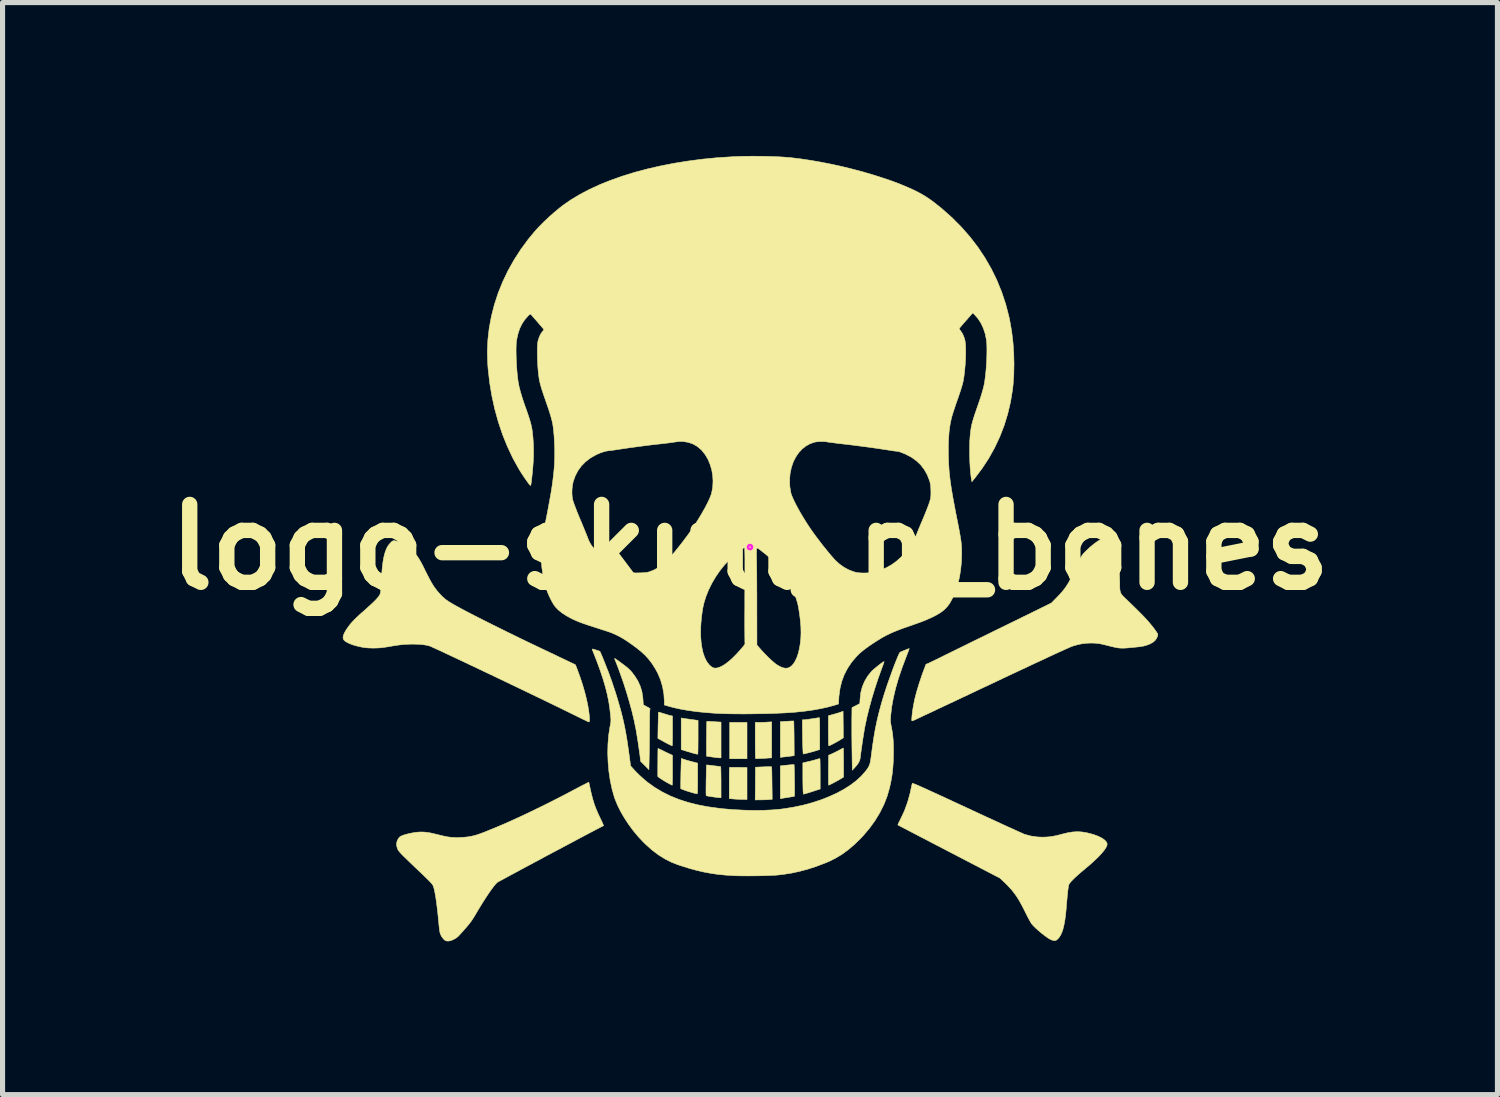
<source format=kicad_pcb>
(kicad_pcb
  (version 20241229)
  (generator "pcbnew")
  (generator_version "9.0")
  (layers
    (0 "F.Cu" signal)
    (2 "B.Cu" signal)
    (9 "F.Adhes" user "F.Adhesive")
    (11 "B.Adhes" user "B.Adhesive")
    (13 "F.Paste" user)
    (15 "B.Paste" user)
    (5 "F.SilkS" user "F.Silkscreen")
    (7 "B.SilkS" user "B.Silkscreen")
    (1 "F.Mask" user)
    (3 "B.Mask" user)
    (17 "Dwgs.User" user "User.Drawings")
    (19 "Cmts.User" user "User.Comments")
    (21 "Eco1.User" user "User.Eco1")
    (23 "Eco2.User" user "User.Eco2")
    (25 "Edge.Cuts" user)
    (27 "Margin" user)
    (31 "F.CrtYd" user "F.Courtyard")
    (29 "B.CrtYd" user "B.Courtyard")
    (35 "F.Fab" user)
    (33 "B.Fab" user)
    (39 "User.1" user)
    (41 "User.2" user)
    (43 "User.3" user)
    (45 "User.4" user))
  (footprint "logo-skull_n_bones"
    (layer "F.Cu")
    (at 11.619 7.65)
    (property "Reference" "logo-skull_n_bones" (at 0 0 0) (layer "F.SilkS") (effects (font (size 1.524 1.524) (thickness 0.3))))
    (attr through_hole)
    (fp_poly (pts (xy -0.059 4.14) (xy -0.398 4.14) (xy -0.398 3.429) (xy -0.059 3.429) (xy -0.059 4.14)) (stroke (width 0.01) (type solid)) (fill yes) (layer "F.SilkS"))
    (fp_poly (pts (xy 0.852 3.401) (xy 0.855 3.402) (xy 0.856 3.411) (xy 0.857 3.435) (xy 0.858 3.472) (xy 0.859 3.521) (xy 0.86 3.579) (xy 0.861 3.645) (xy 0.862 3.718) (xy 0.862 3.742) (xy 0.864 4.079) (xy 0.794 4.089) (xy 0.75 4.094) (xy 0.701 4.1) (xy 0.658 4.105) (xy 0.593 4.112) (xy 0.593 3.415) (xy 0.722 3.407) (xy 0.767 3.404) (xy 0.805 3.402) (xy 0.835 3.401) (xy 0.852 3.401)) (stroke (width 0.01) (type solid)) (fill yes) (layer "F.SilkS"))
    (fp_poly (pts (xy 0.413 4.295) (xy 0.422 4.297) (xy 0.423 4.306) (xy 0.424 4.33) (xy 0.426 4.368) (xy 0.427 4.417) (xy 0.428 4.475) (xy 0.429 4.54) (xy 0.43 4.612) (xy 0.43 4.618) (xy 0.434 4.933) (xy 0.363 4.939) (xy 0.323 4.941) (xy 0.274 4.943) (xy 0.223 4.944) (xy 0.197 4.944) (xy 0.101 4.945) (xy 0.104 4.625) (xy 0.106 4.305) (xy 0.261 4.298) (xy 0.311 4.296) (xy 0.354 4.295) (xy 0.389 4.295) (xy 0.413 4.295)) (stroke (width 0.01) (type solid)) (fill yes) (layer "F.SilkS"))
    (fp_poly (pts (xy 0.423 4.122) (xy 0.353 4.126) (xy 0.271 4.132) (xy 0.206 4.135) (xy 0.157 4.137) (xy 0.124 4.137) (xy 0.109 4.135) (xy 0.107 4.135) (xy 0.106 4.125) (xy 0.105 4.101) (xy 0.104 4.063) (xy 0.103 4.013) (xy 0.102 3.954) (xy 0.102 3.887) (xy 0.102 3.814) (xy 0.102 3.779) (xy 0.102 3.429) (xy 0.172 3.429) (xy 0.213 3.428) (xy 0.263 3.427) (xy 0.313 3.425) (xy 0.333 3.423) (xy 0.423 3.418) (xy 0.423 4.122)) (stroke (width 0.01) (type solid)) (fill yes) (layer "F.SilkS"))
    (fp_poly (pts (xy -0.285 4.307) (xy -0.234 4.308) (xy -0.226 4.308) (xy -0.059 4.311) (xy -0.059 4.936) (xy -0.142 4.935) (xy -0.184 4.934) (xy -0.226 4.932) (xy -0.261 4.931) (xy -0.271 4.93) (xy -0.308 4.928) (xy -0.348 4.924) (xy -0.362 4.923) (xy -0.406 4.918) (xy -0.406 4.614) (xy -0.406 4.544) (xy -0.406 4.48) (xy -0.405 4.423) (xy -0.404 4.375) (xy -0.403 4.339) (xy -0.401 4.316) (xy -0.4 4.308) (xy -0.39 4.307) (xy -0.366 4.307) (xy -0.33 4.307) (xy -0.285 4.307)) (stroke (width 0.01) (type solid)) (fill yes) (layer "F.SilkS"))
    (fp_poly (pts (xy -1.319 3.347) (xy -1.301 3.35) (xy -1.27 3.355) (xy -1.23 3.36) (xy -1.183 3.367) (xy -1.154 3.371) (xy -1.016 3.39) (xy -1.016 3.718) (xy -1.016 3.791) (xy -1.017 3.858) (xy -1.017 3.918) (xy -1.018 3.969) (xy -1.019 4.009) (xy -1.021 4.036) (xy -1.022 4.049) (xy -1.022 4.05) (xy -1.033 4.05) (xy -1.055 4.046) (xy -1.075 4.041) (xy -1.101 4.034) (xy -1.138 4.024) (xy -1.182 4.01) (xy -1.228 3.996) (xy -1.234 3.995) (xy -1.346 3.96) (xy -1.346 3.342) (xy -1.319 3.347)) (stroke (width 0.01) (type solid)) (fill yes) (layer "F.SilkS"))
    (fp_poly (pts (xy 1.822 3.422) (xy 1.823 3.483) (xy 1.823 3.541) (xy 1.824 3.593) (xy 1.824 3.637) (xy 1.824 3.668) (xy 1.824 3.681) (xy 1.825 3.73) (xy 1.778 3.761) (xy 1.753 3.777) (xy 1.72 3.796) (xy 1.682 3.817) (xy 1.644 3.838) (xy 1.607 3.857) (xy 1.576 3.872) (xy 1.553 3.883) (xy 1.542 3.886) (xy 1.539 3.881) (xy 1.537 3.865) (xy 1.535 3.837) (xy 1.534 3.796) (xy 1.533 3.74) (xy 1.533 3.67) (xy 1.532 3.592) (xy 1.533 3.298) (xy 1.624 3.273) (xy 1.667 3.261) (xy 1.712 3.248) (xy 1.75 3.236) (xy 1.767 3.23) (xy 1.82 3.211) (xy 1.822 3.422)) (stroke (width 0.01) (type solid)) (fill yes) (layer "F.SilkS"))
    (fp_poly (pts (xy 1.367 4.138) (xy 1.368 4.148) (xy 1.369 4.172) (xy 1.37 4.209) (xy 1.371 4.257) (xy 1.371 4.315) (xy 1.372 4.379) (xy 1.372 4.437) (xy 1.372 4.731) (xy 1.268 4.765) (xy 1.222 4.78) (xy 1.175 4.795) (xy 1.133 4.808) (xy 1.104 4.816) (xy 1.044 4.833) (xy 1.038 4.782) (xy 1.037 4.76) (xy 1.036 4.724) (xy 1.035 4.677) (xy 1.034 4.62) (xy 1.033 4.557) (xy 1.033 4.491) (xy 1.033 4.475) (xy 1.033 4.22) (xy 1.137 4.196) (xy 1.184 4.185) (xy 1.232 4.173) (xy 1.274 4.161) (xy 1.301 4.153) (xy 1.331 4.144) (xy 1.354 4.139) (xy 1.366 4.138) (xy 1.367 4.138)) (stroke (width 0.01) (type solid)) (fill yes) (layer "F.SilkS"))
    (fp_poly (pts (xy -0.835 3.407) (xy -0.813 3.409) (xy -0.779 3.41) (xy -0.737 3.413) (xy -0.705 3.415) (xy -0.567 3.423) (xy -0.567 4.123) (xy -0.599 4.122) (xy -0.62 4.121) (xy -0.653 4.117) (xy -0.693 4.112) (xy -0.737 4.106) (xy -0.777 4.1) (xy -0.812 4.095) (xy -0.837 4.091) (xy -0.85 4.09) (xy -0.85 4.09) (xy -0.851 4.082) (xy -0.852 4.059) (xy -0.852 4.023) (xy -0.852 3.977) (xy -0.852 3.923) (xy -0.852 3.863) (xy -0.852 3.799) (xy -0.851 3.733) (xy -0.85 3.668) (xy -0.85 3.606) (xy -0.849 3.548) (xy -0.848 3.497) (xy -0.847 3.456) (xy -0.846 3.426) (xy -0.844 3.41) (xy -0.844 3.407) (xy -0.835 3.407)) (stroke (width 0.01) (type solid)) (fill yes) (layer "F.SilkS"))
    (fp_poly (pts (xy 0.862 4.254) (xy 0.863 4.263) (xy 0.864 4.287) (xy 0.865 4.325) (xy 0.867 4.373) (xy 0.868 4.431) (xy 0.869 4.496) (xy 0.87 4.567) (xy 0.87 4.567) (xy 0.871 4.651) (xy 0.872 4.72) (xy 0.872 4.774) (xy 0.871 4.815) (xy 0.87 4.845) (xy 0.869 4.864) (xy 0.867 4.874) (xy 0.864 4.877) (xy 0.852 4.878) (xy 0.827 4.882) (xy 0.792 4.887) (xy 0.752 4.894) (xy 0.751 4.894) (xy 0.708 4.901) (xy 0.669 4.907) (xy 0.638 4.912) (xy 0.62 4.915) (xy 0.593 4.92) (xy 0.593 4.279) (xy 0.725 4.264) (xy 0.771 4.26) (xy 0.81 4.256) (xy 0.84 4.254) (xy 0.858 4.253) (xy 0.862 4.254)) (stroke (width 0.01) (type solid)) (fill yes) (layer "F.SilkS"))
    (fp_poly (pts (xy -1.296 4.15) (xy -1.255 4.163) (xy -1.197 4.18) (xy -1.125 4.199) (xy -1.06 4.216) (xy -1.024 4.226) (xy -1.024 4.526) (xy -1.025 4.605) (xy -1.025 4.669) (xy -1.025 4.719) (xy -1.026 4.758) (xy -1.027 4.786) (xy -1.028 4.805) (xy -1.031 4.816) (xy -1.033 4.823) (xy -1.037 4.825) (xy -1.039 4.825) (xy -1.053 4.823) (xy -1.079 4.816) (xy -1.114 4.807) (xy -1.155 4.795) (xy -1.164 4.792) (xy -1.209 4.779) (xy -1.252 4.765) (xy -1.288 4.752) (xy -1.313 4.743) (xy -1.314 4.742) (xy -1.355 4.725) (xy -1.355 4.595) (xy -1.354 4.541) (xy -1.353 4.477) (xy -1.352 4.408) (xy -1.35 4.341) (xy -1.349 4.299) (xy -1.344 4.134) (xy -1.296 4.15)) (stroke (width 0.01) (type solid)) (fill yes) (layer "F.SilkS"))
    (fp_poly (pts (xy 1.826 3.94) (xy 1.827 3.963) (xy 1.827 4) (xy 1.828 4.048) (xy 1.829 4.104) (xy 1.829 4.168) (xy 1.829 4.215) (xy 1.83 4.497) (xy 1.771 4.534) (xy 1.745 4.549) (xy 1.712 4.568) (xy 1.675 4.588) (xy 1.637 4.608) (xy 1.601 4.627) (xy 1.57 4.642) (xy 1.548 4.653) (xy 1.537 4.657) (xy 1.537 4.657) (xy 1.536 4.649) (xy 1.535 4.625) (xy 1.534 4.589) (xy 1.534 4.542) (xy 1.534 4.485) (xy 1.534 4.421) (xy 1.534 4.364) (xy 1.537 4.072) (xy 1.617 4.036) (xy 1.66 4.015) (xy 1.706 3.992) (xy 1.747 3.971) (xy 1.76 3.964) (xy 1.789 3.948) (xy 1.811 3.936) (xy 1.824 3.931) (xy 1.825 3.931) (xy 1.826 3.94)) (stroke (width 0.01) (type solid)) (fill yes) (layer "F.SilkS"))
    (fp_poly (pts (xy -1.782 3.229) (xy -1.76 3.235) (xy -1.729 3.244) (xy -1.691 3.256) (xy -1.682 3.259) (xy -1.639 3.272) (xy -1.599 3.284) (xy -1.567 3.293) (xy -1.547 3.298) (xy -1.545 3.298) (xy -1.516 3.304) (xy -1.516 3.595) (xy -1.516 3.663) (xy -1.516 3.726) (xy -1.517 3.781) (xy -1.518 3.826) (xy -1.519 3.86) (xy -1.521 3.88) (xy -1.522 3.886) (xy -1.533 3.882) (xy -1.553 3.874) (xy -1.558 3.872) (xy -1.576 3.863) (xy -1.605 3.848) (xy -1.642 3.829) (xy -1.683 3.807) (xy -1.695 3.8) (xy -1.802 3.742) (xy -1.798 3.486) (xy -1.796 3.422) (xy -1.795 3.364) (xy -1.794 3.313) (xy -1.792 3.272) (xy -1.791 3.244) (xy -1.791 3.229) (xy -1.79 3.227) (xy -1.782 3.229)) (stroke (width 0.01) (type solid)) (fill yes) (layer "F.SilkS"))
    (fp_poly (pts (xy -1.792 3.942) (xy -1.771 3.95) (xy -1.742 3.964) (xy -1.707 3.981) (xy -1.705 3.982) (xy -1.663 4.003) (xy -1.622 4.023) (xy -1.586 4.04) (xy -1.564 4.05) (xy -1.516 4.072) (xy -1.516 4.364) (xy -1.516 4.433) (xy -1.516 4.495) (xy -1.517 4.55) (xy -1.518 4.596) (xy -1.519 4.63) (xy -1.521 4.651) (xy -1.522 4.657) (xy -1.532 4.653) (xy -1.553 4.643) (xy -1.581 4.628) (xy -1.592 4.622) (xy -1.637 4.597) (xy -1.681 4.571) (xy -1.722 4.545) (xy -1.757 4.522) (xy -1.784 4.503) (xy -1.8 4.49) (xy -1.804 4.484) (xy -1.804 4.461) (xy -1.804 4.425) (xy -1.804 4.38) (xy -1.804 4.327) (xy -1.804 4.27) (xy -1.803 4.211) (xy -1.803 4.152) (xy -1.803 4.096) (xy -1.802 4.045) (xy -1.802 4.001) (xy -1.801 3.967) (xy -1.8 3.946) (xy -1.8 3.939) (xy -1.792 3.942)) (stroke (width 0.01) (type solid)) (fill yes) (layer "F.SilkS"))
    (fp_poly (pts (xy 1.358 3.344) (xy 1.36 3.367) (xy 1.361 3.404) (xy 1.362 3.451) (xy 1.362 3.509) (xy 1.363 3.573) (xy 1.363 3.644) (xy 1.363 3.647) (xy 1.363 3.959) (xy 1.293 3.982) (xy 1.265 3.99) (xy 1.228 4.001) (xy 1.187 4.012) (xy 1.145 4.023) (xy 1.105 4.033) (xy 1.072 4.041) (xy 1.049 4.046) (xy 1.041 4.047) (xy 1.039 4.039) (xy 1.037 4.016) (xy 1.035 3.982) (xy 1.033 3.937) (xy 1.031 3.885) (xy 1.03 3.855) (xy 1.028 3.788) (xy 1.027 3.716) (xy 1.026 3.644) (xy 1.025 3.578) (xy 1.024 3.523) (xy 1.024 3.521) (xy 1.024 3.378) (xy 1.052 3.378) (xy 1.07 3.377) (xy 1.101 3.373) (xy 1.141 3.368) (xy 1.187 3.361) (xy 1.215 3.357) (xy 1.261 3.35) (xy 1.301 3.344) (xy 1.332 3.339) (xy 1.352 3.337) (xy 1.357 3.336) (xy 1.358 3.344)) (stroke (width 0.01) (type solid)) (fill yes) (layer "F.SilkS"))
    (fp_poly (pts (xy -0.842 4.261) (xy -0.82 4.263) (xy -0.787 4.267) (xy -0.745 4.272) (xy -0.716 4.276) (xy -0.671 4.281) (xy -0.63 4.286) (xy -0.599 4.29) (xy -0.58 4.292) (xy -0.575 4.293) (xy -0.573 4.301) (xy -0.571 4.325) (xy -0.57 4.365) (xy -0.569 4.418) (xy -0.568 4.485) (xy -0.567 4.563) (xy -0.567 4.597) (xy -0.567 4.902) (xy -0.595 4.901) (xy -0.614 4.9) (xy -0.645 4.896) (xy -0.684 4.891) (xy -0.728 4.885) (xy -0.732 4.884) (xy -0.774 4.878) (xy -0.811 4.872) (xy -0.838 4.867) (xy -0.852 4.864) (xy -0.853 4.864) (xy -0.856 4.86) (xy -0.859 4.849) (xy -0.86 4.831) (xy -0.861 4.802) (xy -0.861 4.763) (xy -0.861 4.711) (xy -0.86 4.646) (xy -0.859 4.565) (xy -0.859 4.562) (xy -0.857 4.492) (xy -0.856 4.428) (xy -0.855 4.372) (xy -0.853 4.325) (xy -0.852 4.29) (xy -0.852 4.268) (xy -0.851 4.261) (xy -0.842 4.261)) (stroke (width 0.01) (type solid)) (fill yes) (layer "F.SilkS"))
    (fp_poly (pts (xy 2.621 2.247) (xy 2.614 2.269) (xy 2.603 2.301) (xy 2.588 2.342) (xy 2.575 2.376) (xy 2.508 2.562) (xy 2.445 2.753) (xy 2.386 2.945) (xy 2.334 3.135) (xy 2.288 3.318) (xy 2.251 3.493) (xy 2.239 3.552) (xy 2.232 3.595) (xy 2.223 3.652) (xy 2.212 3.719) (xy 2.201 3.791) (xy 2.19 3.865) (xy 2.18 3.939) (xy 2.17 4.007) (xy 2.162 4.067) (xy 2.156 4.115) (xy 2.155 4.128) (xy 2.146 4.168) (xy 2.128 4.208) (xy 2.1 4.251) (xy 2.06 4.3) (xy 2.046 4.315) (xy 2 4.364) (xy 1.994 3.971) (xy 1.993 3.88) (xy 1.992 3.787) (xy 1.991 3.693) (xy 1.991 3.602) (xy 1.991 3.518) (xy 1.991 3.443) (xy 1.991 3.38) (xy 1.991 3.358) (xy 1.994 3.139) (xy 2.071 3.1) (xy 2.147 3.061) (xy 2.153 2.963) (xy 2.167 2.843) (xy 2.197 2.729) (xy 2.243 2.621) (xy 2.304 2.52) (xy 2.372 2.435) (xy 2.39 2.416) (xy 2.417 2.393) (xy 2.449 2.366) (xy 2.484 2.337) (xy 2.519 2.309) (xy 2.553 2.283) (xy 2.583 2.261) (xy 2.606 2.246) (xy 2.62 2.239) (xy 2.622 2.239) (xy 2.621 2.247)) (stroke (width 0.01) (type solid)) (fill yes) (layer "F.SilkS"))
    (fp_poly (pts (xy -2.633 2.185) (xy -2.614 2.198) (xy -2.585 2.218) (xy -2.545 2.247) (xy -2.494 2.285) (xy -2.441 2.325) (xy -2.399 2.358) (xy -2.365 2.389) (xy -2.335 2.419) (xy -2.306 2.453) (xy -2.276 2.492) (xy -2.256 2.519) (xy -2.194 2.617) (xy -2.148 2.718) (xy -2.115 2.825) (xy -2.097 2.94) (xy -2.093 2.987) (xy -2.087 3.084) (xy -2.016 3.123) (xy -1.986 3.139) (xy -1.965 3.153) (xy -1.954 3.162) (xy -1.954 3.165) (xy -1.957 3.17) (xy -1.959 3.185) (xy -1.961 3.211) (xy -1.962 3.249) (xy -1.964 3.299) (xy -1.964 3.364) (xy -1.965 3.443) (xy -1.965 3.525) (xy -1.966 3.613) (xy -1.966 3.706) (xy -1.967 3.801) (xy -1.968 3.893) (xy -1.969 3.979) (xy -1.971 4.056) (xy -1.972 4.117) (xy -1.977 4.353) (xy -2.058 4.271) (xy -2.14 4.19) (xy -2.146 4.138) (xy -2.151 4.091) (xy -2.159 4.031) (xy -2.169 3.962) (xy -2.18 3.887) (xy -2.191 3.809) (xy -2.203 3.733) (xy -2.215 3.662) (xy -2.225 3.599) (xy -2.234 3.548) (xy -2.236 3.541) (xy -2.269 3.381) (xy -2.31 3.21) (xy -2.359 3.031) (xy -2.413 2.847) (xy -2.472 2.662) (xy -2.536 2.479) (xy -2.602 2.301) (xy -2.648 2.186) (xy -2.649 2.18) (xy -2.644 2.179) (xy -2.633 2.185)) (stroke (width 0.01) (type solid)) (fill yes) (layer "F.SilkS"))
    (fp_poly (pts (xy 3.183 4.621) (xy 3.194 4.624) (xy 3.211 4.631) (xy 3.234 4.64) (xy 3.264 4.652) (xy 3.301 4.668) (xy 3.347 4.689) (xy 3.402 4.713) (xy 3.466 4.742) (xy 3.541 4.777) (xy 3.627 4.816) (xy 3.725 4.861) (xy 3.835 4.912) (xy 3.958 4.969) (xy 4.096 5.033) (xy 4.245 5.102) (xy 4.373 5.162) (xy 4.497 5.219) (xy 4.617 5.275) (xy 4.732 5.327) (xy 4.84 5.377) (xy 4.941 5.424) (xy 5.033 5.466) (xy 5.117 5.504) (xy 5.19 5.537) (xy 5.253 5.566) (xy 5.303 5.588) (xy 5.34 5.605) (xy 5.364 5.615) (xy 5.371 5.618) (xy 5.495 5.651) (xy 5.623 5.669) (xy 5.716 5.673) (xy 5.788 5.671) (xy 5.856 5.666) (xy 5.923 5.656) (xy 5.994 5.642) (xy 6.075 5.622) (xy 6.103 5.614) (xy 6.21 5.588) (xy 6.307 5.572) (xy 6.399 5.566) (xy 6.49 5.571) (xy 6.584 5.586) (xy 6.684 5.612) (xy 6.723 5.623) (xy 6.794 5.649) (xy 6.857 5.678) (xy 6.909 5.709) (xy 6.948 5.741) (xy 6.974 5.773) (xy 6.985 5.804) (xy 6.985 5.809) (xy 6.978 5.843) (xy 6.957 5.885) (xy 6.922 5.935) (xy 6.874 5.993) (xy 6.814 6.057) (xy 6.741 6.127) (xy 6.657 6.204) (xy 6.561 6.285) (xy 6.549 6.295) (xy 6.462 6.368) (xy 6.39 6.432) (xy 6.331 6.487) (xy 6.286 6.533) (xy 6.254 6.571) (xy 6.236 6.601) (xy 6.233 6.61) (xy 6.228 6.634) (xy 6.222 6.673) (xy 6.215 6.727) (xy 6.208 6.796) (xy 6.2 6.88) (xy 6.191 6.981) (xy 6.185 7.057) (xy 6.173 7.185) (xy 6.158 7.297) (xy 6.14 7.393) (xy 6.12 7.476) (xy 6.096 7.544) (xy 6.069 7.6) (xy 6.039 7.643) (xy 6.027 7.656) (xy 6.003 7.678) (xy 5.985 7.691) (xy 5.967 7.696) (xy 5.955 7.696) (xy 5.928 7.692) (xy 5.896 7.683) (xy 5.88 7.676) (xy 5.845 7.656) (xy 5.801 7.627) (xy 5.751 7.59) (xy 5.699 7.549) (xy 5.646 7.505) (xy 5.597 7.461) (xy 5.554 7.42) (xy 5.52 7.383) (xy 5.507 7.368) (xy 5.495 7.349) (xy 5.477 7.318) (xy 5.454 7.276) (xy 5.428 7.228) (xy 5.401 7.174) (xy 5.381 7.133) (xy 5.328 7.029) (xy 5.279 6.938) (xy 5.231 6.858) (xy 5.181 6.786) (xy 5.13 6.719) (xy 5.073 6.655) (xy 5.01 6.59) (xy 4.973 6.554) (xy 4.889 6.475) (xy 3.893 5.957) (xy 3.772 5.894) (xy 3.655 5.833) (xy 3.543 5.775) (xy 3.437 5.719) (xy 3.337 5.668) (xy 3.246 5.62) (xy 3.163 5.577) (xy 3.089 5.538) (xy 3.025 5.505) (xy 2.973 5.478) (xy 2.933 5.457) (xy 2.906 5.442) (xy 2.893 5.435) (xy 2.891 5.434) (xy 2.893 5.426) (xy 2.902 5.405) (xy 2.916 5.375) (xy 2.935 5.338) (xy 2.942 5.325) (xy 3.02 5.158) (xy 3.083 4.985) (xy 3.133 4.804) (xy 3.145 4.745) (xy 3.154 4.703) (xy 3.162 4.666) (xy 3.169 4.638) (xy 3.173 4.622) (xy 3.173 4.621) (xy 3.176 4.62) (xy 3.183 4.621)) (stroke (width 0.01) (type solid)) (fill yes) (layer "F.SilkS"))
    (fp_poly (pts (xy -3.154 4.599) (xy -3.151 4.608) (xy -3.146 4.63) (xy -3.139 4.663) (xy -3.13 4.702) (xy -3.129 4.71) (xy -3.103 4.826) (xy -3.076 4.929) (xy -3.047 5.025) (xy -3.012 5.118) (xy -2.972 5.212) (xy -2.925 5.312) (xy -2.923 5.316) (xy -2.902 5.359) (xy -2.885 5.396) (xy -2.873 5.425) (xy -2.866 5.444) (xy -2.866 5.45) (xy -2.877 5.455) (xy -2.902 5.468) (xy -2.94 5.487) (xy -2.989 5.513) (xy -3.049 5.544) (xy -3.119 5.581) (xy -3.197 5.622) (xy -3.282 5.667) (xy -3.374 5.716) (xy -3.471 5.768) (xy -3.573 5.822) (xy -3.678 5.878) (xy -3.785 5.935) (xy -3.893 5.992) (xy -4.002 6.05) (xy -4.109 6.108) (xy -4.215 6.164) (xy -4.317 6.219) (xy -4.416 6.272) (xy -4.509 6.322) (xy -4.596 6.369) (xy -4.676 6.412) (xy -4.748 6.451) (xy -4.81 6.485) (xy -4.862 6.513) (xy -4.903 6.535) (xy -4.931 6.551) (xy -4.946 6.559) (xy -4.947 6.561) (xy -4.978 6.593) (xy -5.016 6.64) (xy -5.06 6.699) (xy -5.11 6.77) (xy -5.163 6.85) (xy -5.221 6.94) (xy -5.281 7.037) (xy -5.324 7.108) (xy -5.362 7.173) (xy -5.394 7.226) (xy -5.421 7.269) (xy -5.446 7.307) (xy -5.471 7.341) (xy -5.497 7.375) (xy -5.527 7.411) (xy -5.562 7.452) (xy -5.605 7.5) (xy -5.612 7.509) (xy -5.652 7.553) (xy -5.683 7.587) (xy -5.707 7.612) (xy -5.728 7.63) (xy -5.747 7.645) (xy -5.767 7.657) (xy -5.79 7.669) (xy -5.793 7.671) (xy -5.832 7.689) (xy -5.862 7.699) (xy -5.889 7.704) (xy -5.906 7.705) (xy -5.936 7.703) (xy -5.956 7.697) (xy -5.977 7.682) (xy -5.986 7.674) (xy -6.008 7.649) (xy -6.031 7.617) (xy -6.045 7.592) (xy -6.052 7.575) (xy -6.058 7.559) (xy -6.064 7.54) (xy -6.068 7.517) (xy -6.073 7.488) (xy -6.078 7.449) (xy -6.083 7.399) (xy -6.089 7.335) (xy -6.092 7.307) (xy -6.106 7.164) (xy -6.121 7.037) (xy -6.135 6.925) (xy -6.15 6.828) (xy -6.165 6.747) (xy -6.179 6.682) (xy -6.194 6.633) (xy -6.207 6.605) (xy -6.218 6.59) (xy -6.24 6.566) (xy -6.271 6.533) (xy -6.311 6.493) (xy -6.357 6.448) (xy -6.407 6.399) (xy -6.434 6.373) (xy -6.519 6.293) (xy -6.592 6.224) (xy -6.654 6.164) (xy -6.707 6.113) (xy -6.751 6.07) (xy -6.788 6.034) (xy -6.817 6.004) (xy -6.84 5.979) (xy -6.858 5.958) (xy -6.871 5.941) (xy -6.881 5.926) (xy -6.889 5.913) (xy -6.89 5.91) (xy -6.909 5.853) (xy -6.913 5.797) (xy -6.901 5.743) (xy -6.873 5.694) (xy -6.851 5.669) (xy -6.826 5.653) (xy -6.787 5.636) (xy -6.735 5.62) (xy -6.673 5.604) (xy -6.604 5.59) (xy -6.565 5.583) (xy -6.5 5.575) (xy -6.439 5.572) (xy -6.378 5.573) (xy -6.314 5.58) (xy -6.242 5.592) (xy -6.159 5.611) (xy -6.117 5.621) (xy -6.038 5.641) (xy -5.972 5.656) (xy -5.915 5.667) (xy -5.864 5.674) (xy -5.814 5.678) (xy -5.763 5.68) (xy -5.706 5.68) (xy -5.668 5.679) (xy -5.596 5.675) (xy -5.532 5.669) (xy -5.471 5.66) (xy -5.412 5.647) (xy -5.349 5.63) (xy -5.281 5.607) (xy -5.202 5.578) (xy -5.148 5.556) (xy -4.97 5.483) (xy -4.788 5.406) (xy -4.603 5.323) (xy -4.411 5.234) (xy -4.213 5.139) (xy -4.005 5.037) (xy -3.787 4.927) (xy -3.557 4.808) (xy -3.439 4.745) (xy -3.375 4.712) (xy -3.317 4.681) (xy -3.264 4.654) (xy -3.22 4.632) (xy -3.186 4.614) (xy -3.163 4.603) (xy -3.154 4.599) (xy -3.154 4.599)) (stroke (width 0.01) (type solid)) (fill yes) (layer "F.SilkS"))
    (fp_poly (pts (xy 6.982 -0.173) (xy 7.008 -0.163) (xy 7.037 -0.145) (xy 7.046 -0.138) (xy 7.059 -0.125) (xy 7.069 -0.11) (xy 7.08 -0.092) (xy 7.09 -0.065) (xy 7.103 -0.029) (xy 7.12 0.02) (xy 7.161 0.16) (xy 7.192 0.293) (xy 7.214 0.422) (xy 7.226 0.553) (xy 7.231 0.691) (xy 7.231 0.699) (xy 7.231 0.763) (xy 7.232 0.812) (xy 7.237 0.852) (xy 7.245 0.884) (xy 7.258 0.912) (xy 7.277 0.939) (xy 7.304 0.968) (xy 7.339 1.002) (xy 7.348 1.011) (xy 7.442 1.101) (xy 7.524 1.181) (xy 7.596 1.252) (xy 7.66 1.316) (xy 7.716 1.374) (xy 7.765 1.428) (xy 7.81 1.479) (xy 7.85 1.527) (xy 7.889 1.576) (xy 7.905 1.596) (xy 7.93 1.632) (xy 7.952 1.663) (xy 7.968 1.688) (xy 7.975 1.703) (xy 7.976 1.706) (xy 7.969 1.743) (xy 7.951 1.785) (xy 7.924 1.823) (xy 7.923 1.825) (xy 7.884 1.859) (xy 7.831 1.89) (xy 7.767 1.916) (xy 7.696 1.936) (xy 7.621 1.949) (xy 7.591 1.952) (xy 7.56 1.955) (xy 7.517 1.959) (xy 7.468 1.964) (xy 7.418 1.969) (xy 7.41 1.97) (xy 7.344 1.975) (xy 7.287 1.977) (xy 7.232 1.975) (xy 7.176 1.968) (xy 7.115 1.955) (xy 7.042 1.938) (xy 7.032 1.935) (xy 6.957 1.916) (xy 6.895 1.901) (xy 6.841 1.89) (xy 6.792 1.883) (xy 6.745 1.879) (xy 6.695 1.877) (xy 6.668 1.877) (xy 6.583 1.88) (xy 6.504 1.889) (xy 6.425 1.904) (xy 6.339 1.928) (xy 6.312 1.936) (xy 6.293 1.943) (xy 6.264 1.955) (xy 6.223 1.973) (xy 6.171 1.996) (xy 6.107 2.025) (xy 6.03 2.06) (xy 5.941 2.101) (xy 5.839 2.148) (xy 5.725 2.202) (xy 5.596 2.261) (xy 5.454 2.328) (xy 5.298 2.401) (xy 5.127 2.481) (xy 4.942 2.568) (xy 4.742 2.663) (xy 4.72 2.673) (xy 4.569 2.744) (xy 4.423 2.813) (xy 4.28 2.881) (xy 4.144 2.945) (xy 4.013 3.007) (xy 3.889 3.065) (xy 3.773 3.12) (xy 3.665 3.17) (xy 3.567 3.217) (xy 3.478 3.259) (xy 3.4 3.295) (xy 3.333 3.327) (xy 3.279 3.352) (xy 3.237 3.372) (xy 3.209 3.385) (xy 3.196 3.391) (xy 3.195 3.392) (xy 3.176 3.398) (xy 3.166 3.396) (xy 3.164 3.393) (xy 3.163 3.378) (xy 3.164 3.349) (xy 3.167 3.31) (xy 3.172 3.264) (xy 3.178 3.213) (xy 3.186 3.161) (xy 3.192 3.121) (xy 3.219 2.983) (xy 3.257 2.835) (xy 3.305 2.675) (xy 3.363 2.503) (xy 3.389 2.431) (xy 3.441 2.292) (xy 3.475 2.279) (xy 3.491 2.272) (xy 3.52 2.258) (xy 3.56 2.239) (xy 3.608 2.216) (xy 3.663 2.189) (xy 3.722 2.16) (xy 3.747 2.148) (xy 3.812 2.115) (xy 3.89 2.077) (xy 3.981 2.032) (xy 4.081 1.983) (xy 4.189 1.93) (xy 4.304 1.873) (xy 4.422 1.815) (xy 4.544 1.756) (xy 4.667 1.696) (xy 4.788 1.636) (xy 4.907 1.578) (xy 4.94 1.562) (xy 4.985 1.54) (xy 5.042 1.512) (xy 5.109 1.479) (xy 5.185 1.442) (xy 5.266 1.402) (xy 5.349 1.361) (xy 5.434 1.32) (xy 5.507 1.284) (xy 5.896 1.092) (xy 6.002 0.984) (xy 6.06 0.923) (xy 6.111 0.865) (xy 6.157 0.807) (xy 6.198 0.747) (xy 6.238 0.681) (xy 6.277 0.607) (xy 6.318 0.523) (xy 6.358 0.433) (xy 6.391 0.36) (xy 6.418 0.3) (xy 6.442 0.251) (xy 6.463 0.211) (xy 6.483 0.178) (xy 6.503 0.15) (xy 6.524 0.123) (xy 6.549 0.097) (xy 6.57 0.076) (xy 6.652 -0.001) (xy 6.729 -0.064) (xy 6.798 -0.114) (xy 6.861 -0.149) (xy 6.917 -0.169) (xy 6.964 -0.175) (xy 6.982 -0.173)) (stroke (width 0.01) (type solid)) (fill yes) (layer "F.SilkS"))
    (fp_poly (pts (xy -6.946 -0.124) (xy -6.909 -0.115) (xy -6.863 -0.099) (xy -6.813 -0.078) (xy -6.765 -0.054) (xy -6.733 -0.035) (xy -6.662 0.016) (xy -6.599 0.071) (xy -6.542 0.134) (xy -6.489 0.206) (xy -6.438 0.291) (xy -6.391 0.381) (xy -6.346 0.474) (xy -6.306 0.552) (xy -6.271 0.62) (xy -6.24 0.677) (xy -6.211 0.726) (xy -6.184 0.769) (xy -6.156 0.808) (xy -6.128 0.845) (xy -6.098 0.881) (xy -6.082 0.899) (xy -6.046 0.938) (xy -6.013 0.972) (xy -5.979 1.002) (xy -5.943 1.031) (xy -5.901 1.06) (xy -5.853 1.09) (xy -5.794 1.125) (xy -5.724 1.164) (xy -5.696 1.179) (xy -5.617 1.222) (xy -5.525 1.27) (xy -5.421 1.324) (xy -5.306 1.383) (xy -5.181 1.446) (xy -5.05 1.512) (xy -4.912 1.58) (xy -4.771 1.65) (xy -4.626 1.721) (xy -4.481 1.792) (xy -4.336 1.862) (xy -4.192 1.93) (xy -4.178 1.937) (xy -4.09 1.979) (xy -4.002 2.021) (xy -3.916 2.062) (xy -3.834 2.1) (xy -3.759 2.137) (xy -3.691 2.169) (xy -3.634 2.196) (xy -3.588 2.218) (xy -3.563 2.23) (xy -3.414 2.302) (xy -3.379 2.391) (xy -3.325 2.54) (xy -3.276 2.688) (xy -3.234 2.832) (xy -3.199 2.971) (xy -3.171 3.103) (xy -3.152 3.224) (xy -3.143 3.302) (xy -3.14 3.351) (xy -3.139 3.386) (xy -3.141 3.407) (xy -3.146 3.418) (xy -3.152 3.42) (xy -3.162 3.416) (xy -3.185 3.406) (xy -3.219 3.389) (xy -3.263 3.369) (xy -3.313 3.344) (xy -3.369 3.317) (xy -3.382 3.31) (xy -3.464 3.27) (xy -3.556 3.225) (xy -3.656 3.176) (xy -3.764 3.123) (xy -3.878 3.068) (xy -3.999 3.009) (xy -4.125 2.948) (xy -4.255 2.886) (xy -4.387 2.822) (xy -4.523 2.757) (xy -4.659 2.692) (xy -4.796 2.626) (xy -4.932 2.561) (xy -5.066 2.497) (xy -5.199 2.434) (xy -5.327 2.373) (xy -5.452 2.314) (xy -5.571 2.257) (xy -5.684 2.204) (xy -5.79 2.154) (xy -5.888 2.108) (xy -5.977 2.066) (xy -6.056 2.029) (xy -6.124 1.998) (xy -6.181 1.972) (xy -6.225 1.952) (xy -6.255 1.939) (xy -6.268 1.934) (xy -6.316 1.921) (xy -6.377 1.911) (xy -6.451 1.903) (xy -6.532 1.899) (xy -6.62 1.898) (xy -6.655 1.899) (xy -6.711 1.901) (xy -6.761 1.904) (xy -6.808 1.908) (xy -6.858 1.914) (xy -6.914 1.922) (xy -6.98 1.932) (xy -7.019 1.939) (xy -7.089 1.951) (xy -7.145 1.959) (xy -7.192 1.966) (xy -7.234 1.97) (xy -7.273 1.973) (xy -7.313 1.974) (xy -7.358 1.975) (xy -7.428 1.974) (xy -7.487 1.971) (xy -7.543 1.965) (xy -7.6 1.955) (xy -7.664 1.941) (xy -7.691 1.934) (xy -7.763 1.914) (xy -7.826 1.89) (xy -7.879 1.865) (xy -7.92 1.84) (xy -7.946 1.814) (xy -7.954 1.801) (xy -7.96 1.768) (xy -7.953 1.726) (xy -7.932 1.676) (xy -7.898 1.617) (xy -7.853 1.553) (xy -7.82 1.51) (xy -7.785 1.469) (xy -7.747 1.428) (xy -7.702 1.384) (xy -7.649 1.334) (xy -7.586 1.277) (xy -7.573 1.267) (xy -7.492 1.194) (xy -7.423 1.131) (xy -7.366 1.078) (xy -7.32 1.032) (xy -7.286 0.994) (xy -7.261 0.964) (xy -7.245 0.939) (xy -7.244 0.936) (xy -7.237 0.921) (xy -7.231 0.904) (xy -7.227 0.885) (xy -7.223 0.86) (xy -7.22 0.826) (xy -7.218 0.781) (xy -7.214 0.722) (xy -7.214 0.711) (xy -7.208 0.596) (xy -7.201 0.496) (xy -7.193 0.409) (xy -7.185 0.333) (xy -7.175 0.266) (xy -7.164 0.206) (xy -7.151 0.15) (xy -7.136 0.098) (xy -7.132 0.087) (xy -7.104 0.017) (xy -7.069 -0.041) (xy -7.024 -0.091) (xy -7.022 -0.094) (xy -6.999 -0.113) (xy -6.983 -0.123) (xy -6.967 -0.126) (xy -6.946 -0.124)) (stroke (width 0.01) (type solid)) (fill yes) (layer "F.SilkS"))
    (fp_poly (pts (xy 3.112 1.994) (xy 3.104 2.015) (xy 3.092 2.048) (xy 3.076 2.089) (xy 3.058 2.137) (xy 3.052 2.152) (xy 2.971 2.367) (xy 2.902 2.572) (xy 2.846 2.766) (xy 2.803 2.95) (xy 2.771 3.125) (xy 2.752 3.291) (xy 2.752 3.294) (xy 2.749 3.342) (xy 2.747 3.379) (xy 2.748 3.41) (xy 2.751 3.441) (xy 2.757 3.478) (xy 2.764 3.514) (xy 2.778 3.59) (xy 2.789 3.661) (xy 2.796 3.731) (xy 2.802 3.804) (xy 2.805 3.884) (xy 2.806 3.975) (xy 2.806 4.013) (xy 2.803 4.168) (xy 2.794 4.311) (xy 2.779 4.448) (xy 2.756 4.584) (xy 2.73 4.704) (xy 2.683 4.869) (xy 2.62 5.032) (xy 2.54 5.192) (xy 2.445 5.349) (xy 2.335 5.501) (xy 2.211 5.647) (xy 2.164 5.697) (xy 2.043 5.815) (xy 1.922 5.918) (xy 1.801 6.007) (xy 1.675 6.083) (xy 1.543 6.149) (xy 1.46 6.183) (xy 1.291 6.247) (xy 1.13 6.299) (xy 0.973 6.341) (xy 0.818 6.375) (xy 0.66 6.4) (xy 0.542 6.414) (xy 0.491 6.418) (xy 0.426 6.421) (xy 0.35 6.424) (xy 0.266 6.427) (xy 0.176 6.429) (xy 0.084 6.43) (xy -0.008 6.431) (xy -0.097 6.431) (xy -0.18 6.43) (xy -0.254 6.429) (xy -0.315 6.426) (xy -0.473 6.416) (xy -0.62 6.402) (xy -0.761 6.382) (xy -0.9 6.356) (xy -1.039 6.324) (xy -1.183 6.285) (xy -1.336 6.237) (xy -1.41 6.213) (xy -1.54 6.162) (xy -1.666 6.098) (xy -1.788 6.022) (xy -1.908 5.932) (xy -2.028 5.826) (xy -2.086 5.77) (xy -2.187 5.662) (xy -2.284 5.546) (xy -2.374 5.424) (xy -2.456 5.299) (xy -2.529 5.174) (xy -2.591 5.05) (xy -2.64 4.93) (xy -2.653 4.894) (xy -2.698 4.736) (xy -2.734 4.567) (xy -2.76 4.392) (xy -2.776 4.212) (xy -2.783 4.032) (xy -2.779 3.855) (xy -2.765 3.683) (xy -2.741 3.521) (xy -2.734 3.488) (xy -2.727 3.452) (xy -2.723 3.421) (xy -2.721 3.391) (xy -2.722 3.357) (xy -2.726 3.312) (xy -2.727 3.302) (xy -2.742 3.163) (xy -2.763 3.024) (xy -2.792 2.881) (xy -2.829 2.734) (xy -2.874 2.581) (xy -2.928 2.419) (xy -2.991 2.246) (xy -3.051 2.092) (xy -3.066 2.055) (xy -3.078 2.024) (xy -3.085 2.002) (xy -3.088 1.993) (xy -3.088 1.993) (xy -3.079 1.994) (xy -3.059 1.999) (xy -3.031 2.006) (xy -3.001 2.016) (xy -2.972 2.025) (xy -2.949 2.033) (xy -2.937 2.038) (xy -2.937 2.038) (xy -2.931 2.049) (xy -2.92 2.073) (xy -2.905 2.108) (xy -2.886 2.153) (xy -2.865 2.205) (xy -2.842 2.261) (xy -2.819 2.32) (xy -2.796 2.379) (xy -2.773 2.436) (xy -2.753 2.489) (xy -2.739 2.529) (xy -2.704 2.625) (xy -2.669 2.731) (xy -2.632 2.842) (xy -2.597 2.955) (xy -2.565 3.064) (xy -2.536 3.166) (xy -2.514 3.247) (xy -2.491 3.341) (xy -2.47 3.432) (xy -2.451 3.522) (xy -2.433 3.615) (xy -2.416 3.713) (xy -2.399 3.819) (xy -2.382 3.936) (xy -2.364 4.067) (xy -2.362 4.08) (xy -2.336 4.279) (xy -2.294 4.326) (xy -2.257 4.367) (xy -2.211 4.414) (xy -2.159 4.465) (xy -2.105 4.514) (xy -2.054 4.559) (xy -2.009 4.596) (xy -2.006 4.599) (xy -1.868 4.698) (xy -1.72 4.787) (xy -1.564 4.865) (xy -1.397 4.933) (xy -1.219 4.991) (xy -1.03 5.039) (xy -0.827 5.078) (xy -0.612 5.108) (xy -0.525 5.118) (xy -0.318 5.135) (xy -0.117 5.145) (xy 0.076 5.15) (xy 0.261 5.148) (xy 0.434 5.14) (xy 0.594 5.126) (xy 0.665 5.117) (xy 0.854 5.086) (xy 1.038 5.047) (xy 1.215 4.999) (xy 1.384 4.944) (xy 1.545 4.881) (xy 1.695 4.813) (xy 1.834 4.738) (xy 1.961 4.657) (xy 2.074 4.572) (xy 2.173 4.482) (xy 2.24 4.407) (xy 2.276 4.363) (xy 2.304 4.324) (xy 2.324 4.288) (xy 2.34 4.25) (xy 2.352 4.207) (xy 2.361 4.154) (xy 2.37 4.09) (xy 2.371 4.081) (xy 2.395 3.896) (xy 2.421 3.724) (xy 2.449 3.561) (xy 2.482 3.403) (xy 2.519 3.247) (xy 2.561 3.089) (xy 2.609 2.925) (xy 2.625 2.874) (xy 2.649 2.801) (xy 2.674 2.723) (xy 2.702 2.643) (xy 2.731 2.562) (xy 2.76 2.481) (xy 2.788 2.402) (xy 2.816 2.328) (xy 2.843 2.259) (xy 2.868 2.197) (xy 2.889 2.145) (xy 2.908 2.103) (xy 2.922 2.074) (xy 2.932 2.059) (xy 2.932 2.059) (xy 2.944 2.052) (xy 2.966 2.042) (xy 2.995 2.03) (xy 3.028 2.016) (xy 3.06 2.004) (xy 3.087 1.993) (xy 3.107 1.987) (xy 3.114 1.985) (xy 3.112 1.994)) (stroke (width 0.01) (type solid)) (fill yes) (layer "F.SilkS"))
    (fp_poly (pts (xy 0.19 -7.644) (xy 0.322 -7.642) (xy 0.449 -7.638) (xy 0.57 -7.633) (xy 0.681 -7.626) (xy 0.779 -7.618) (xy 0.8 -7.616) (xy 0.989 -7.593) (xy 1.185 -7.564) (xy 1.386 -7.529) (xy 1.59 -7.489) (xy 1.794 -7.444) (xy 1.998 -7.394) (xy 2.199 -7.341) (xy 2.395 -7.284) (xy 2.584 -7.224) (xy 2.764 -7.163) (xy 2.932 -7.1) (xy 3.087 -7.035) (xy 3.205 -6.982) (xy 3.29 -6.939) (xy 3.369 -6.896) (xy 3.444 -6.85) (xy 3.519 -6.8) (xy 3.596 -6.744) (xy 3.678 -6.679) (xy 3.755 -6.617) (xy 3.952 -6.442) (xy 4.134 -6.259) (xy 4.302 -6.067) (xy 4.456 -5.867) (xy 4.595 -5.658) (xy 4.719 -5.442) (xy 4.828 -5.219) (xy 4.922 -4.988) (xy 5.001 -4.751) (xy 5.064 -4.507) (xy 5.083 -4.415) (xy 5.118 -4.214) (xy 5.143 -4.005) (xy 5.158 -3.793) (xy 5.163 -3.581) (xy 5.159 -3.373) (xy 5.145 -3.173) (xy 5.135 -3.082) (xy 5.096 -2.843) (xy 5.041 -2.609) (xy 4.971 -2.38) (xy 4.885 -2.158) (xy 4.784 -1.943) (xy 4.669 -1.736) (xy 4.538 -1.537) (xy 4.412 -1.369) (xy 4.339 -1.278) (xy 4.333 -1.31) (xy 4.322 -1.38) (xy 4.313 -1.464) (xy 4.305 -1.558) (xy 4.299 -1.66) (xy 4.296 -1.765) (xy 4.294 -1.87) (xy 4.295 -1.973) (xy 4.297 -2.069) (xy 4.303 -2.157) (xy 4.305 -2.18) (xy 4.311 -2.239) (xy 4.318 -2.293) (xy 4.326 -2.344) (xy 4.337 -2.396) (xy 4.351 -2.45) (xy 4.368 -2.509) (xy 4.389 -2.576) (xy 4.416 -2.654) (xy 4.445 -2.739) (xy 4.482 -2.845) (xy 4.513 -2.938) (xy 4.538 -3.019) (xy 4.558 -3.091) (xy 4.574 -3.155) (xy 4.586 -3.213) (xy 4.592 -3.254) (xy 4.603 -3.339) (xy 4.613 -3.431) (xy 4.621 -3.527) (xy 4.627 -3.624) (xy 4.631 -3.72) (xy 4.633 -3.811) (xy 4.633 -3.895) (xy 4.631 -3.97) (xy 4.626 -4.031) (xy 4.623 -4.054) (xy 4.6 -4.17) (xy 4.564 -4.279) (xy 4.517 -4.379) (xy 4.459 -4.469) (xy 4.391 -4.546) (xy 4.389 -4.549) (xy 4.356 -4.58) (xy 4.225 -4.431) (xy 4.187 -4.388) (xy 4.154 -4.35) (xy 4.126 -4.317) (xy 4.106 -4.293) (xy 4.093 -4.278) (xy 4.091 -4.274) (xy 4.094 -4.265) (xy 4.106 -4.246) (xy 4.118 -4.231) (xy 4.157 -4.172) (xy 4.187 -4.101) (xy 4.205 -4.037) (xy 4.211 -3.995) (xy 4.216 -3.938) (xy 4.218 -3.87) (xy 4.218 -3.794) (xy 4.216 -3.711) (xy 4.212 -3.625) (xy 4.206 -3.538) (xy 4.204 -3.522) (xy 4.198 -3.451) (xy 4.191 -3.39) (xy 4.184 -3.335) (xy 4.176 -3.285) (xy 4.167 -3.236) (xy 4.155 -3.186) (xy 4.139 -3.132) (xy 4.121 -3.073) (xy 4.098 -3.004) (xy 4.071 -2.924) (xy 4.047 -2.857) (xy 4.025 -2.794) (xy 4.004 -2.73) (xy 3.984 -2.669) (xy 3.966 -2.615) (xy 3.953 -2.571) (xy 3.945 -2.545) (xy 3.923 -2.45) (xy 3.905 -2.348) (xy 3.892 -2.238) (xy 3.884 -2.118) (xy 3.879 -1.986) (xy 3.879 -1.84) (xy 3.88 -1.792) (xy 3.882 -1.71) (xy 3.885 -1.632) (xy 3.89 -1.556) (xy 3.895 -1.48) (xy 3.903 -1.403) (xy 3.912 -1.323) (xy 3.924 -1.238) (xy 3.937 -1.147) (xy 3.954 -1.048) (xy 3.973 -0.939) (xy 3.996 -0.818) (xy 4.021 -0.684) (xy 4.047 -0.553) (xy 4.068 -0.45) (xy 4.085 -0.361) (xy 4.099 -0.285) (xy 4.11 -0.22) (xy 4.12 -0.163) (xy 4.127 -0.114) (xy 4.132 -0.069) (xy 4.136 -0.026) (xy 4.138 0.015) (xy 4.139 0.057) (xy 4.14 0.102) (xy 4.14 0.123) (xy 4.135 0.284) (xy 4.12 0.441) (xy 4.096 0.59) (xy 4.062 0.732) (xy 4.02 0.864) (xy 3.969 0.984) (xy 3.911 1.091) (xy 3.898 1.11) (xy 3.864 1.156) (xy 3.825 1.2) (xy 3.779 1.241) (xy 3.725 1.281) (xy 3.662 1.32) (xy 3.589 1.359) (xy 3.505 1.398) (xy 3.409 1.439) (xy 3.298 1.481) (xy 3.173 1.525) (xy 3.114 1.546) (xy 3.002 1.584) (xy 2.904 1.621) (xy 2.816 1.656) (xy 2.736 1.692) (xy 2.66 1.729) (xy 2.585 1.77) (xy 2.509 1.816) (xy 2.428 1.868) (xy 2.426 1.869) (xy 2.34 1.927) (xy 2.267 1.979) (xy 2.204 2.027) (xy 2.149 2.074) (xy 2.1 2.122) (xy 2.085 2.137) (xy 1.989 2.249) (xy 1.909 2.368) (xy 1.843 2.495) (xy 1.793 2.629) (xy 1.759 2.77) (xy 1.739 2.918) (xy 1.737 2.955) (xy 1.731 3.068) (xy 1.668 3.088) (xy 1.533 3.126) (xy 1.389 3.158) (xy 1.236 3.186) (xy 1.071 3.209) (xy 0.893 3.228) (xy 0.702 3.242) (xy 0.52 3.25) (xy 0.398 3.255) (xy 0.267 3.258) (xy 0.133 3.26) (xy -0.002 3.262) (xy -0.135 3.263) (xy -0.26 3.262) (xy -0.376 3.261) (xy -0.474 3.259) (xy -0.67 3.251) (xy -0.858 3.237) (xy -1.036 3.219) (xy -1.204 3.196) (xy -1.359 3.169) (xy -1.5 3.138) (xy -1.585 3.115) (xy -1.676 3.088) (xy -1.676 3.019) (xy -1.685 2.875) (xy -1.71 2.733) (xy -1.75 2.595) (xy -1.806 2.463) (xy -1.849 2.385) (xy -1.912 2.284) (xy -1.979 2.196) (xy -2.051 2.116) (xy -2.134 2.04) (xy -2.221 1.97) (xy -2.318 1.899) (xy -2.405 1.839) (xy -2.486 1.787) (xy -2.562 1.744) (xy -2.636 1.708) (xy -2.711 1.676) (xy -2.789 1.648) (xy -2.803 1.644) (xy -2.896 1.614) (xy -0.966 1.614) (xy -0.965 1.742) (xy -0.956 1.862) (xy -0.94 1.972) (xy -0.917 2.072) (xy -0.886 2.159) (xy -0.849 2.234) (xy -0.805 2.294) (xy -0.793 2.307) (xy -0.755 2.34) (xy -0.721 2.36) (xy -0.686 2.368) (xy -0.645 2.364) (xy -0.609 2.354) (xy -0.553 2.33) (xy -0.49 2.292) (xy -0.421 2.24) (xy -0.347 2.175) (xy -0.269 2.097) (xy -0.188 2.008) (xy -0.167 1.983) (xy -0.135 1.946) (xy -0.114 1.918) (xy -0.102 1.9) (xy -0.098 1.887) (xy -0.099 1.882) (xy -0.1 1.872) (xy -0.101 1.845) (xy -0.101 1.805) (xy -0.102 1.75) (xy -0.102 1.683) (xy -0.103 1.605) (xy -0.103 1.516) (xy -0.103 1.419) (xy -0.103 1.313) (xy -0.102 1.2) (xy -0.102 1.082) (xy -0.102 0.959) (xy -0.102 0.949) (xy -0.101 0.791) (xy -0.1 0.65) (xy -0.1 0.525) (xy -0.1 0.415) (xy -0.1 0.319) (xy -0.1 0.238) (xy -0.101 0.17) (xy -0.101 0.138) (xy 0.126 0.138) (xy 0.127 0.2) (xy 0.128 0.263) (xy 0.129 0.307) (xy 0.13 0.366) (xy 0.131 0.439) (xy 0.132 0.523) (xy 0.132 0.617) (xy 0.133 0.718) (xy 0.133 0.826) (xy 0.134 0.938) (xy 0.134 1.052) (xy 0.134 1.167) (xy 0.134 1.201) (xy 0.135 1.915) (xy 0.206 1.997) (xy 0.254 2.05) (xy 0.305 2.103) (xy 0.357 2.156) (xy 0.408 2.204) (xy 0.455 2.246) (xy 0.495 2.279) (xy 0.516 2.295) (xy 0.58 2.333) (xy 0.637 2.358) (xy 0.688 2.369) (xy 0.734 2.366) (xy 0.767 2.355) (xy 0.81 2.326) (xy 0.849 2.283) (xy 0.885 2.226) (xy 0.917 2.156) (xy 0.944 2.076) (xy 0.965 1.987) (xy 0.982 1.891) (xy 0.993 1.788) (xy 0.997 1.68) (xy 0.995 1.57) (xy 0.991 1.516) (xy 0.984 1.435) (xy 0.974 1.353) (xy 0.963 1.273) (xy 0.951 1.199) (xy 0.939 1.136) (xy 0.931 1.099) (xy 0.902 1.004) (xy 0.862 0.901) (xy 0.812 0.793) (xy 0.755 0.684) (xy 0.691 0.577) (xy 0.624 0.475) (xy 0.553 0.382) (xy 0.553 0.381) (xy 0.486 0.306) (xy 0.405 0.227) (xy 0.311 0.144) (xy 0.204 0.06) (xy 0.192 0.051) (xy 0.166 0.032) (xy 0.149 0.022) (xy 0.139 0.021) (xy 0.133 0.026) (xy 0.132 0.027) (xy 0.129 0.037) (xy 0.127 0.058) (xy 0.126 0.091) (xy 0.126 0.138) (xy -0.101 0.138) (xy -0.102 0.116) (xy -0.103 0.074) (xy -0.104 0.044) (xy -0.105 0.026) (xy -0.107 0.018) (xy -0.112 0.015) (xy -0.121 0.017) (xy -0.136 0.025) (xy -0.159 0.041) (xy -0.191 0.066) (xy -0.221 0.089) (xy -0.267 0.127) (xy -0.317 0.17) (xy -0.366 0.213) (xy -0.408 0.252) (xy -0.413 0.257) (xy -0.505 0.356) (xy -0.593 0.466) (xy -0.674 0.585) (xy -0.747 0.709) (xy -0.81 0.837) (xy -0.862 0.966) (xy -0.901 1.092) (xy -0.923 1.189) (xy -0.945 1.336) (xy -0.959 1.478) (xy -0.966 1.614) (xy -2.896 1.614) (xy -2.914 1.608) (xy -3.01 1.577) (xy -3.093 1.55) (xy -3.165 1.527) (xy -3.226 1.506) (xy -3.278 1.488) (xy -3.323 1.472) (xy -3.362 1.456) (xy -3.396 1.442) (xy -3.428 1.428) (xy -3.459 1.414) (xy -3.486 1.401) (xy -3.587 1.346) (xy -3.675 1.289) (xy -3.748 1.231) (xy -3.805 1.172) (xy -3.808 1.168) (xy -3.839 1.125) (xy -3.872 1.07) (xy -3.905 1.006) (xy -3.937 0.938) (xy -3.965 0.87) (xy -3.984 0.818) (xy -4.005 0.746) (xy -4.025 0.663) (xy -4.043 0.574) (xy -4.059 0.485) (xy -4.071 0.401) (xy -4.073 0.379) (xy -4.076 0.329) (xy -4.079 0.266) (xy -4.08 0.194) (xy -4.079 0.114) (xy -4.079 0.082) (xy -4.075 -0.114) (xy -3.998 -0.5) (xy -3.969 -0.646) (xy -3.944 -0.777) (xy -3.922 -0.895) (xy -3.903 -1.003) (xy -3.894 -1.053) (xy -3.483 -1.053) (xy -3.478 -0.982) (xy -3.469 -0.93) (xy -3.457 -0.89) (xy -3.438 -0.835) (xy -3.412 -0.766) (xy -3.38 -0.682) (xy -3.34 -0.585) (xy -3.293 -0.474) (xy -3.269 -0.415) (xy -3.243 -0.352) (xy -3.218 -0.291) (xy -3.195 -0.235) (xy -3.179 -0.193) (xy -3.158 -0.139) (xy -3.138 -0.097) (xy -3.119 -0.062) (xy -3.097 -0.028) (xy -3.084 -0.011) (xy -2.989 0.104) (xy -2.893 0.203) (xy -2.794 0.288) (xy -2.69 0.358) (xy -2.581 0.416) (xy -2.464 0.461) (xy -2.338 0.495) (xy -2.319 0.499) (xy -2.288 0.503) (xy -2.244 0.505) (xy -2.193 0.505) (xy -2.138 0.504) (xy -2.084 0.501) (xy -2.037 0.496) (xy -1.999 0.491) (xy -1.985 0.488) (xy -1.89 0.453) (xy -1.796 0.403) (xy -1.706 0.339) (xy -1.621 0.262) (xy -1.62 0.261) (xy -1.576 0.213) (xy -1.524 0.153) (xy -1.466 0.085) (xy -1.405 0.009) (xy -1.342 -0.07) (xy -1.28 -0.152) (xy -1.22 -0.232) (xy -1.165 -0.309) (xy -1.162 -0.313) (xy -1.102 -0.401) (xy -1.044 -0.492) (xy -0.988 -0.582) (xy -0.935 -0.672) (xy -0.886 -0.758) (xy -0.843 -0.839) (xy -0.807 -0.913) (xy -0.778 -0.979) (xy -0.758 -1.034) (xy -0.751 -1.058) (xy -0.73 -1.17) (xy -0.724 -1.284) (xy -0.725 -1.309) (xy 0.774 -1.309) (xy 0.778 -1.186) (xy 0.798 -1.067) (xy 0.801 -1.053) (xy 0.815 -1.01) (xy 0.838 -0.956) (xy 0.868 -0.892) (xy 0.904 -0.82) (xy 0.946 -0.742) (xy 0.992 -0.66) (xy 1.042 -0.577) (xy 1.094 -0.493) (xy 1.147 -0.411) (xy 1.192 -0.344) (xy 1.242 -0.273) (xy 1.298 -0.197) (xy 1.358 -0.118) (xy 1.419 -0.038) (xy 1.481 0.038) (xy 1.54 0.111) (xy 1.594 0.175) (xy 1.643 0.23) (xy 1.671 0.261) (xy 1.753 0.335) (xy 1.843 0.398) (xy 1.939 0.449) (xy 2.038 0.485) (xy 2.079 0.495) (xy 2.123 0.502) (xy 2.178 0.506) (xy 2.238 0.507) (xy 2.299 0.505) (xy 2.353 0.5) (xy 2.382 0.496) (xy 2.435 0.484) (xy 2.496 0.466) (xy 2.559 0.445) (xy 2.619 0.423) (xy 2.669 0.401) (xy 2.677 0.397) (xy 2.769 0.345) (xy 2.857 0.282) (xy 2.945 0.205) (xy 2.972 0.178) (xy 3.037 0.111) (xy 3.091 0.05) (xy 3.135 -0.007) (xy 3.171 -0.063) (xy 3.203 -0.122) (xy 3.231 -0.186) (xy 3.237 -0.199) (xy 3.254 -0.242) (xy 3.276 -0.296) (xy 3.301 -0.358) (xy 3.328 -0.423) (xy 3.355 -0.487) (xy 3.368 -0.516) (xy 3.41 -0.617) (xy 3.445 -0.704) (xy 3.474 -0.777) (xy 3.497 -0.839) (xy 3.514 -0.89) (xy 3.526 -0.932) (xy 3.531 -0.955) (xy 3.536 -0.996) (xy 3.538 -1.051) (xy 3.537 -1.116) (xy 3.537 -1.12) (xy 3.534 -1.173) (xy 3.53 -1.215) (xy 3.524 -1.251) (xy 3.515 -1.286) (xy 3.509 -1.304) (xy 3.465 -1.416) (xy 3.408 -1.517) (xy 3.338 -1.608) (xy 3.255 -1.687) (xy 3.159 -1.756) (xy 3.049 -1.814) (xy 2.954 -1.853) (xy 2.921 -1.864) (xy 2.895 -1.871) (xy 2.879 -1.874) (xy 2.876 -1.874) (xy 2.867 -1.874) (xy 2.843 -1.877) (xy 2.808 -1.881) (xy 2.763 -1.888) (xy 2.712 -1.896) (xy 2.687 -1.9) (xy 2.576 -1.917) (xy 2.461 -1.934) (xy 2.341 -1.951) (xy 2.213 -1.968) (xy 2.073 -1.986) (xy 1.921 -2.005) (xy 1.833 -2.015) (xy 1.763 -2.023) (xy 1.696 -2.031) (xy 1.636 -2.039) (xy 1.584 -2.046) (xy 1.543 -2.051) (xy 1.515 -2.055) (xy 1.503 -2.058) (xy 1.464 -2.063) (xy 1.415 -2.065) (xy 1.362 -2.064) (xy 1.31 -2.06) (xy 1.267 -2.053) (xy 1.262 -2.052) (xy 1.175 -2.022) (xy 1.093 -1.977) (xy 1.019 -1.918) (xy 0.952 -1.846) (xy 0.895 -1.762) (xy 0.847 -1.668) (xy 0.811 -1.564) (xy 0.808 -1.554) (xy 0.783 -1.433) (xy 0.774 -1.309) (xy -0.725 -1.309) (xy -0.73 -1.398) (xy -0.749 -1.51) (xy -0.781 -1.617) (xy -0.823 -1.717) (xy -0.877 -1.809) (xy -0.941 -1.889) (xy -0.961 -1.909) (xy -1.035 -1.971) (xy -1.117 -2.017) (xy -1.205 -2.048) (xy -1.3 -2.064) (xy -1.401 -2.064) (xy -1.475 -2.054) (xy -1.514 -2.048) (xy -1.564 -2.041) (xy -1.618 -2.034) (xy -1.671 -2.028) (xy -1.676 -2.027) (xy -1.811 -2.012) (xy -1.951 -1.996) (xy -2.094 -1.978) (xy -2.235 -1.959) (xy -2.37 -1.941) (xy -2.497 -1.922) (xy -2.61 -1.905) (xy -2.616 -1.904) (xy -2.662 -1.897) (xy -2.706 -1.891) (xy -2.744 -1.886) (xy -2.769 -1.884) (xy -2.814 -1.877) (xy -2.869 -1.862) (xy -2.929 -1.841) (xy -2.99 -1.815) (xy -3.015 -1.803) (xy -3.122 -1.742) (xy -3.216 -1.67) (xy -3.297 -1.588) (xy -3.364 -1.496) (xy -3.418 -1.394) (xy -3.457 -1.284) (xy -3.46 -1.272) (xy -3.474 -1.204) (xy -3.481 -1.129) (xy -3.483 -1.053) (xy -3.894 -1.053) (xy -3.886 -1.101) (xy -3.872 -1.191) (xy -3.86 -1.276) (xy -3.85 -1.358) (xy -3.841 -1.437) (xy -3.833 -1.516) (xy -3.827 -1.597) (xy -3.826 -1.609) (xy -3.822 -1.689) (xy -3.82 -1.778) (xy -3.82 -1.875) (xy -3.822 -1.974) (xy -3.827 -2.074) (xy -3.832 -2.171) (xy -3.84 -2.261) (xy -3.849 -2.341) (xy -3.859 -2.409) (xy -3.861 -2.421) (xy -3.875 -2.479) (xy -3.894 -2.55) (xy -3.919 -2.633) (xy -3.949 -2.725) (xy -3.984 -2.825) (xy -3.995 -2.858) (xy -4.036 -2.976) (xy -4.07 -3.078) (xy -4.096 -3.166) (xy -4.114 -3.238) (xy -4.123 -3.281) (xy -4.132 -3.347) (xy -4.141 -3.422) (xy -4.148 -3.502) (xy -4.153 -3.586) (xy -4.157 -3.67) (xy -4.159 -3.752) (xy -4.16 -3.83) (xy -4.159 -3.9) (xy -4.156 -3.961) (xy -4.151 -4.009) (xy -4.146 -4.034) (xy -4.121 -4.112) (xy -4.09 -4.175) (xy -4.06 -4.215) (xy -4.041 -4.239) (xy -4.034 -4.256) (xy -4.035 -4.261) (xy -4.042 -4.269) (xy -4.058 -4.288) (xy -4.081 -4.315) (xy -4.11 -4.349) (xy -4.142 -4.386) (xy -4.175 -4.425) (xy -4.209 -4.463) (xy -4.239 -4.498) (xy -4.266 -4.528) (xy -4.286 -4.551) (xy -4.288 -4.554) (xy -4.296 -4.557) (xy -4.307 -4.552) (xy -4.324 -4.538) (xy -4.347 -4.515) (xy -4.41 -4.442) (xy -4.462 -4.362) (xy -4.505 -4.273) (xy -4.538 -4.172) (xy -4.563 -4.059) (xy -4.565 -4.047) (xy -4.571 -4) (xy -4.574 -3.94) (xy -4.576 -3.867) (xy -4.575 -3.786) (xy -4.573 -3.699) (xy -4.569 -3.608) (xy -4.564 -3.517) (xy -4.557 -3.427) (xy -4.548 -3.341) (xy -4.539 -3.262) (xy -4.533 -3.226) (xy -4.517 -3.14) (xy -4.491 -3.04) (xy -4.457 -2.925) (xy -4.414 -2.796) (xy -4.402 -2.762) (xy -4.369 -2.671) (xy -4.342 -2.592) (xy -4.32 -2.525) (xy -4.302 -2.466) (xy -4.287 -2.414) (xy -4.276 -2.365) (xy -4.266 -2.318) (xy -4.259 -2.27) (xy -4.253 -2.218) (xy -4.247 -2.16) (xy -4.245 -2.139) (xy -4.238 -2.032) (xy -4.234 -1.923) (xy -4.234 -1.812) (xy -4.238 -1.695) (xy -4.247 -1.57) (xy -4.259 -1.434) (xy -4.276 -1.285) (xy -4.281 -1.246) (xy -4.286 -1.22) (xy -4.292 -1.206) (xy -4.296 -1.205) (xy -4.306 -1.213) (xy -4.323 -1.234) (xy -4.346 -1.265) (xy -4.374 -1.304) (xy -4.405 -1.348) (xy -4.437 -1.396) (xy -4.47 -1.446) (xy -4.501 -1.495) (xy -4.521 -1.528) (xy -4.639 -1.741) (xy -4.745 -1.966) (xy -4.84 -2.201) (xy -4.922 -2.445) (xy -4.992 -2.697) (xy -5.049 -2.956) (xy -5.093 -3.22) (xy -5.123 -3.489) (xy -5.131 -3.598) (xy -5.138 -3.827) (xy -5.127 -4.057) (xy -5.101 -4.286) (xy -5.058 -4.515) (xy -5 -4.742) (xy -4.927 -4.966) (xy -4.838 -5.187) (xy -4.735 -5.403) (xy -4.617 -5.614) (xy -4.485 -5.819) (xy -4.339 -6.018) (xy -4.212 -6.172) (xy -4.127 -6.265) (xy -4.03 -6.363) (xy -3.927 -6.46) (xy -3.821 -6.553) (xy -3.717 -6.639) (xy -3.661 -6.683) (xy -3.502 -6.793) (xy -3.329 -6.897) (xy -3.14 -6.996) (xy -2.939 -7.089) (xy -2.724 -7.175) (xy -2.498 -7.255) (xy -2.26 -7.329) (xy -2.012 -7.395) (xy -1.755 -7.454) (xy -1.489 -7.506) (xy -1.215 -7.55) (xy -0.934 -7.587) (xy -0.648 -7.615) (xy -0.355 -7.634) (xy -0.309 -7.637) (xy -0.194 -7.641) (xy -0.071 -7.644) (xy 0.059 -7.645) (xy 0.19 -7.644)) (stroke (width 0.01) (type solid)) (fill yes) (layer "F.SilkS"))
    (fp_circle (center 0 0) (end -0.04 0) (stroke (width 0.05) (type solid)) (fill no) (layer "F.CrtYd")))
  (gr_rect
    (start -3 -3)
    (end 26.237 18.359)
    (stroke (width 0.1) (type default))
    (fill no)
    (layer "Edge.Cuts")))
</source>
